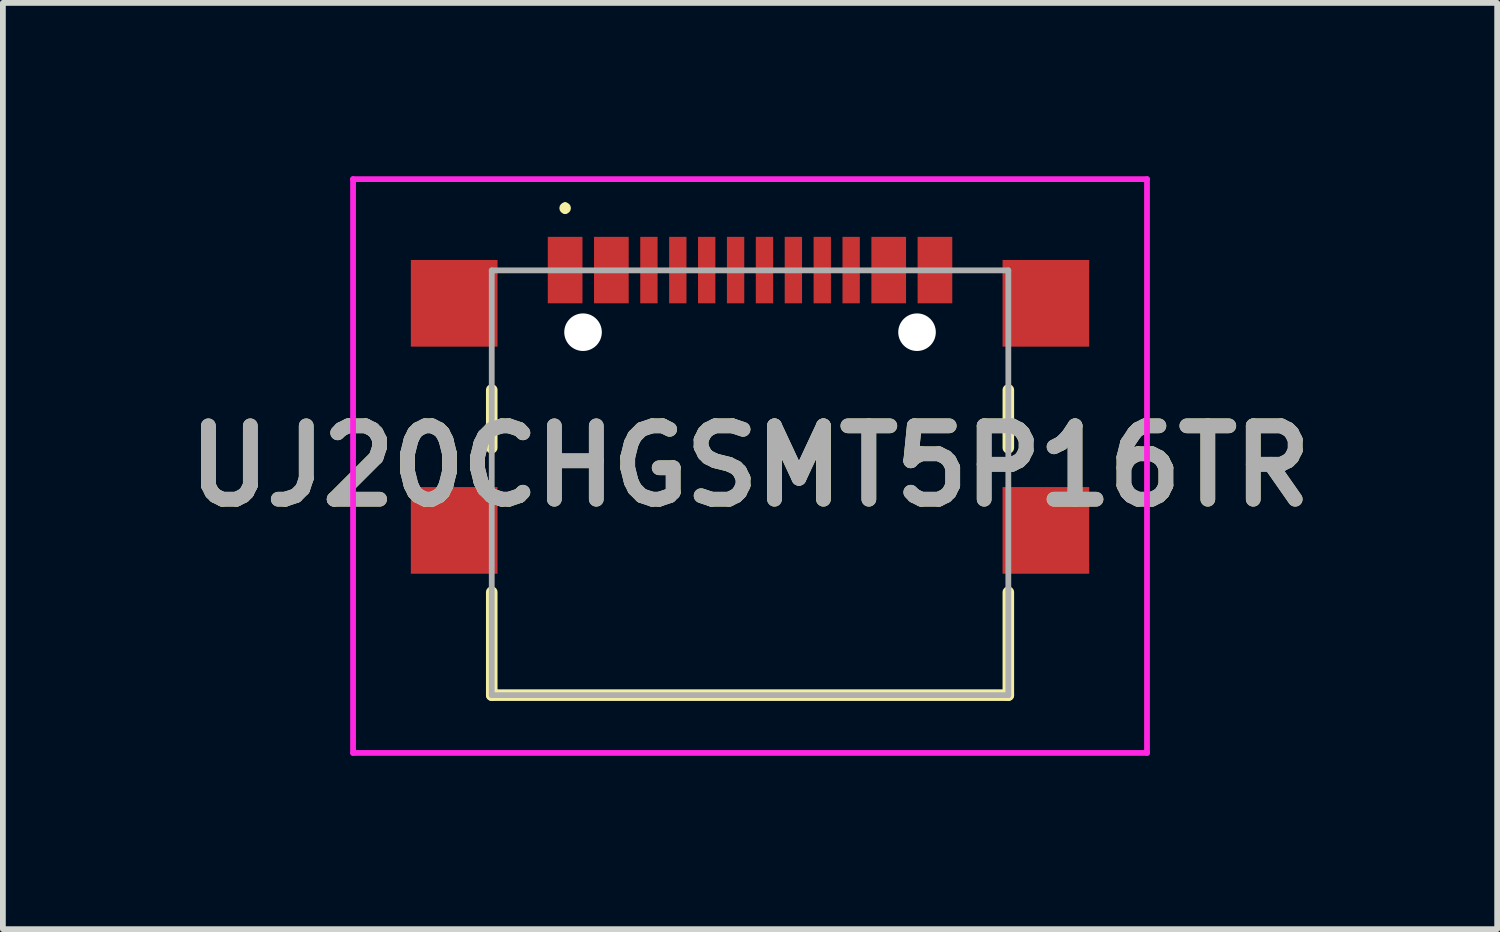
<source format=kicad_pcb>
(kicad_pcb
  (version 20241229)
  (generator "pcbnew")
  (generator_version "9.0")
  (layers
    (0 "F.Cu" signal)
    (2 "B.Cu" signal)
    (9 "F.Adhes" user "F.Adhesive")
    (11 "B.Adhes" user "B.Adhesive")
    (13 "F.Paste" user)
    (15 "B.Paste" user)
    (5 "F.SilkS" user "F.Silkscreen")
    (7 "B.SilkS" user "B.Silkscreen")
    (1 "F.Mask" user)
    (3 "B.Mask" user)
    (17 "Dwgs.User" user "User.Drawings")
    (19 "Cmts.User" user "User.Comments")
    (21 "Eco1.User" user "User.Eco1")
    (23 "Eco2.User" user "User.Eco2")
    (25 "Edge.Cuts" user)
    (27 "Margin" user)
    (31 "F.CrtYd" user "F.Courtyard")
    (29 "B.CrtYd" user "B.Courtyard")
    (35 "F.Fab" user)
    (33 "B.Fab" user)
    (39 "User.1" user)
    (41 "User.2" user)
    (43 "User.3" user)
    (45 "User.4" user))
  (footprint "UJ20CHGSMT5P16TR"
    (layer "F.Cu")
    (at 9.93 5.302)
    (property "Reference" "UJ20CHGSMT5P16TR" (at 0 -0.287 0) (layer "F.SilkS") (effects (font (size 1.27 1.27) (thickness 0.254))))
    (attr through_hole)
    (fp_line (start -4.47 -1.603) (end -4.47 -0.603) (stroke (width 0.2) (type solid)) (layer "F.SilkS"))
    (fp_line (start -4.47 1.897) (end -4.47 3.678) (stroke (width 0.2) (type solid)) (layer "F.SilkS"))
    (fp_line (start -4.47 3.678) (end 4.47 3.678) (stroke (width 0.2) (type solid)) (layer "F.SilkS"))
    (fp_line (start -3.2 -4.8) (end -3.2 -4.8) (stroke (width 0.1) (type solid)) (layer "F.SilkS"))
    (fp_line (start -3.2 -4.7) (end -3.2 -4.7) (stroke (width 0.1) (type solid)) (layer "F.SilkS"))
    (fp_line (start 4.47 -1.603) (end 4.47 -0.603) (stroke (width 0.2) (type solid)) (layer "F.SilkS"))
    (fp_line (start 4.47 3.678) (end 4.47 1.897) (stroke (width 0.2) (type solid)) (layer "F.SilkS"))
    (fp_arc (start -3.2 -4.8) (mid -3.15 -4.75) (end -3.2 -4.7) (stroke (width 0.1) (type solid)) (layer "F.SilkS"))
    (fp_arc (start -3.2 -4.7) (mid -3.25 -4.75) (end -3.2 -4.8) (stroke (width 0.1) (type solid)) (layer "F.SilkS"))
    (fp_line (start -6.87 -5.252) (end 6.87 -5.252) (stroke (width 0.1) (type solid)) (layer "F.CrtYd"))
    (fp_line (start -6.87 4.678) (end -6.87 -5.252) (stroke (width 0.1) (type solid)) (layer "F.CrtYd"))
    (fp_line (start 6.87 -5.252) (end 6.87 4.678) (stroke (width 0.1) (type solid)) (layer "F.CrtYd"))
    (fp_line (start 6.87 4.678) (end -6.87 4.678) (stroke (width 0.1) (type solid)) (layer "F.CrtYd"))
    (fp_line (start -4.47 -3.673) (end 4.47 -3.673) (stroke (width 0.1) (type solid)) (layer "F.Fab"))
    (fp_line (start -4.47 3.678) (end -4.47 -3.673) (stroke (width 0.1) (type solid)) (layer "F.Fab"))
    (fp_line (start 4.47 -3.673) (end 4.47 3.678) (stroke (width 0.1) (type solid)) (layer "F.Fab"))
    (fp_line (start 4.47 3.678) (end -4.47 3.678) (stroke (width 0.1) (type solid)) (layer "F.Fab"))
    (fp_text user "${REFERENCE}" (at 0 -0.287 0) (layer "F.Fab") (effects (font (size 1.27 1.27) (thickness 0.254))))
    (pad "" np_thru_hole circle (at -2.89 -2.603) (size 0.65 0.65) (drill 0.65) (layers "*.Cu" "*.Mask"))
    (pad "" np_thru_hole circle (at 2.89 -2.603) (size 0.65 0.65) (drill 0.65) (layers "*.Cu" "*.Mask"))
    (pad "A1" smd rect (at -3.2 -3.678) (size 0.6 1.15) (layers "F.Cu" "F.Mask" "F.Paste"))
    (pad "A4" smd rect (at -2.4 -3.678) (size 0.6 1.15) (layers "F.Cu" "F.Mask" "F.Paste"))
    (pad "A5" smd rect (at -1.25 -3.678) (size 0.3 1.15) (layers "F.Cu" "F.Mask" "F.Paste"))
    (pad "A6" smd rect (at -0.25 -3.678) (size 0.3 1.15) (layers "F.Cu" "F.Mask" "F.Paste"))
    (pad "A7" smd rect (at 0.25 -3.678) (size 0.3 1.15) (layers "F.Cu" "F.Mask" "F.Paste"))
    (pad "A8" smd rect (at 1.25 -3.678) (size 0.3 1.15) (layers "F.Cu" "F.Mask" "F.Paste"))
    (pad "B1" smd rect (at 3.2 -3.678) (size 0.6 1.15) (layers "F.Cu" "F.Mask" "F.Paste"))
    (pad "B4" smd rect (at 2.4 -3.678) (size 0.6 1.15) (layers "F.Cu" "F.Mask" "F.Paste"))
    (pad "B5" smd rect (at 1.75 -3.678) (size 0.3 1.15) (layers "F.Cu" "F.Mask" "F.Paste"))
    (pad "B6" smd rect (at 0.75 -3.678) (size 0.3 1.15) (layers "F.Cu" "F.Mask" "F.Paste"))
    (pad "B7" smd rect (at -0.75 -3.678) (size 0.3 1.15) (layers "F.Cu" "F.Mask" "F.Paste"))
    (pad "B8" smd rect (at -1.75 -3.678) (size 0.3 1.15) (layers "F.Cu" "F.Mask" "F.Paste"))
    (pad "MP1" smd rect (at -5.12 -3.103) (size 1.5 1.5) (layers "F.Cu" "F.Mask" "F.Paste"))
    (pad "MP2" smd rect (at 5.12 -3.103) (size 1.5 1.5) (layers "F.Cu" "F.Mask" "F.Paste"))
    (pad "MP3" smd rect (at -5.12 0.827) (size 1.5 1.5) (layers "F.Cu" "F.Mask" "F.Paste"))
    (pad "MP4" smd rect (at 5.12 0.827) (size 1.5 1.5) (layers "F.Cu" "F.Mask" "F.Paste")))
  (gr_rect
    (start -3 -3)
    (end 22.86 13.03)
    (stroke (width 0.1) (type default))
    (fill no)
    (layer "Edge.Cuts")))
</source>
